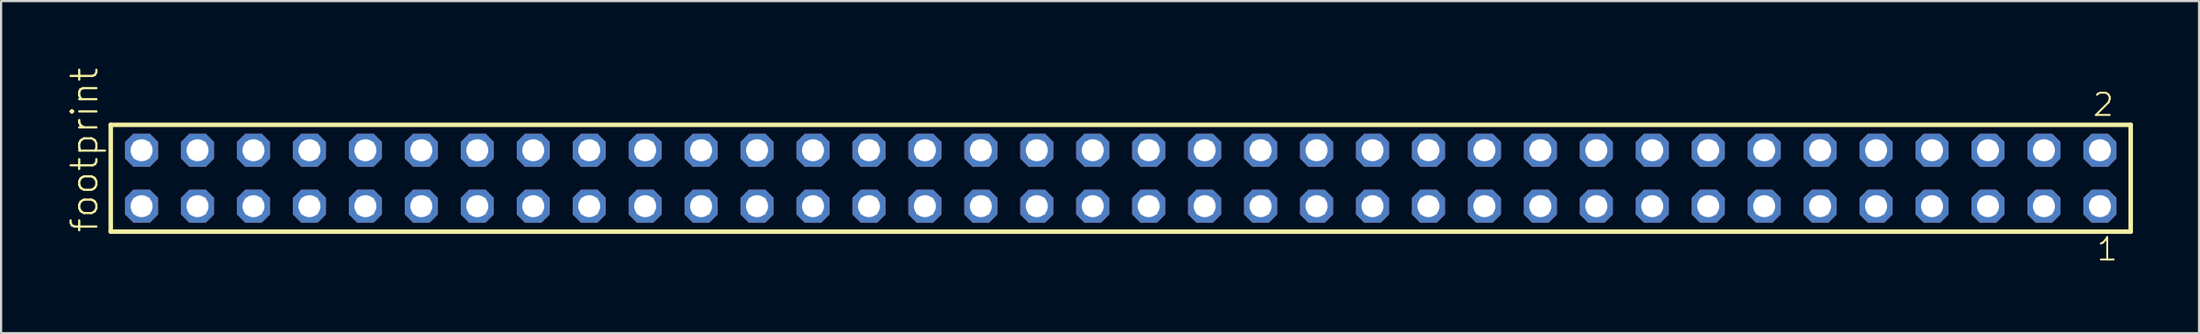
<source format=kicad_pcb>
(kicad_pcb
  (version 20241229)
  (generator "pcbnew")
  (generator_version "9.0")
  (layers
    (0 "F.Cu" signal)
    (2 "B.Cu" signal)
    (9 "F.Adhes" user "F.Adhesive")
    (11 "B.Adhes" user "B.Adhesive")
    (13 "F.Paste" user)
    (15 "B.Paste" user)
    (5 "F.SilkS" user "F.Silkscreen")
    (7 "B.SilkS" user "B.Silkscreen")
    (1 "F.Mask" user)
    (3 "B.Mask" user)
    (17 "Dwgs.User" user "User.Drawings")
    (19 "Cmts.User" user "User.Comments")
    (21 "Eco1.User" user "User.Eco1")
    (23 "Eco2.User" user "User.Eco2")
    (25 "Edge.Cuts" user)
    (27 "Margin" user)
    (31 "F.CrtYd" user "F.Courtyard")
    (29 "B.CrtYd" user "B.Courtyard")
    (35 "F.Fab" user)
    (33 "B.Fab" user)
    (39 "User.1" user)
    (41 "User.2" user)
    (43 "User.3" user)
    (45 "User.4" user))
  (footprint "footprint"
    (layer "F.Cu")
    (at 47.828 5.042)
    (property "Reference" "footprint" (at -46.355 2.54 90) (layer "F.SilkS") (effects (font (size 1.168 1.168) (thickness 0.102)) (justify left bottom)))
    (fp_line (start -45.849 -2.425) (end 45.849 -2.425) (stroke (width 0.203) (type solid)) (layer "F.SilkS"))
    (fp_line (start -45.849 2.425) (end -45.849 -2.425) (stroke (width 0.203) (type solid)) (layer "F.SilkS"))
    (fp_line (start 45.849 -2.425) (end 45.849 2.425) (stroke (width 0.203) (type solid)) (layer "F.SilkS"))
    (fp_line (start 45.849 2.425) (end -45.849 2.425) (stroke (width 0.203) (type solid)) (layer "F.SilkS"))
    (fp_poly (pts (xy -44.8 -0.92) (xy -44.1 -0.92) (xy -44.1 -1.62) (xy -44.8 -1.62)) (stroke (width 0.1) (type solid)) (fill no) (layer "F.Fab"))
    (fp_poly (pts (xy -44.8 1.62) (xy -44.1 1.62) (xy -44.1 0.92) (xy -44.8 0.92)) (stroke (width 0.1) (type solid)) (fill no) (layer "F.Fab"))
    (fp_poly (pts (xy -42.26 -0.92) (xy -41.56 -0.92) (xy -41.56 -1.62) (xy -42.26 -1.62)) (stroke (width 0.1) (type solid)) (fill no) (layer "F.Fab"))
    (fp_poly (pts (xy -42.26 1.62) (xy -41.56 1.62) (xy -41.56 0.92) (xy -42.26 0.92)) (stroke (width 0.1) (type solid)) (fill no) (layer "F.Fab"))
    (fp_poly (pts (xy -39.72 -0.92) (xy -39.02 -0.92) (xy -39.02 -1.62) (xy -39.72 -1.62)) (stroke (width 0.1) (type solid)) (fill no) (layer "F.Fab"))
    (fp_poly (pts (xy -39.72 1.62) (xy -39.02 1.62) (xy -39.02 0.92) (xy -39.72 0.92)) (stroke (width 0.1) (type solid)) (fill no) (layer "F.Fab"))
    (fp_poly (pts (xy -37.18 -0.92) (xy -36.48 -0.92) (xy -36.48 -1.62) (xy -37.18 -1.62)) (stroke (width 0.1) (type solid)) (fill no) (layer "F.Fab"))
    (fp_poly (pts (xy -37.18 1.62) (xy -36.48 1.62) (xy -36.48 0.92) (xy -37.18 0.92)) (stroke (width 0.1) (type solid)) (fill no) (layer "F.Fab"))
    (fp_poly (pts (xy -34.64 -0.92) (xy -33.94 -0.92) (xy -33.94 -1.62) (xy -34.64 -1.62)) (stroke (width 0.1) (type solid)) (fill no) (layer "F.Fab"))
    (fp_poly (pts (xy -34.64 1.62) (xy -33.94 1.62) (xy -33.94 0.92) (xy -34.64 0.92)) (stroke (width 0.1) (type solid)) (fill no) (layer "F.Fab"))
    (fp_poly (pts (xy -32.1 -0.92) (xy -31.4 -0.92) (xy -31.4 -1.62) (xy -32.1 -1.62)) (stroke (width 0.1) (type solid)) (fill no) (layer "F.Fab"))
    (fp_poly (pts (xy -32.1 1.62) (xy -31.4 1.62) (xy -31.4 0.92) (xy -32.1 0.92)) (stroke (width 0.1) (type solid)) (fill no) (layer "F.Fab"))
    (fp_poly (pts (xy -29.56 -0.92) (xy -28.86 -0.92) (xy -28.86 -1.62) (xy -29.56 -1.62)) (stroke (width 0.1) (type solid)) (fill no) (layer "F.Fab"))
    (fp_poly (pts (xy -29.56 1.62) (xy -28.86 1.62) (xy -28.86 0.92) (xy -29.56 0.92)) (stroke (width 0.1) (type solid)) (fill no) (layer "F.Fab"))
    (fp_poly (pts (xy -27.02 -0.92) (xy -26.32 -0.92) (xy -26.32 -1.62) (xy -27.02 -1.62)) (stroke (width 0.1) (type solid)) (fill no) (layer "F.Fab"))
    (fp_poly (pts (xy -27.02 1.62) (xy -26.32 1.62) (xy -26.32 0.92) (xy -27.02 0.92)) (stroke (width 0.1) (type solid)) (fill no) (layer "F.Fab"))
    (fp_poly (pts (xy -24.48 -0.92) (xy -23.78 -0.92) (xy -23.78 -1.62) (xy -24.48 -1.62)) (stroke (width 0.1) (type solid)) (fill no) (layer "F.Fab"))
    (fp_poly (pts (xy -24.48 1.62) (xy -23.78 1.62) (xy -23.78 0.92) (xy -24.48 0.92)) (stroke (width 0.1) (type solid)) (fill no) (layer "F.Fab"))
    (fp_poly (pts (xy -21.94 -0.92) (xy -21.24 -0.92) (xy -21.24 -1.62) (xy -21.94 -1.62)) (stroke (width 0.1) (type solid)) (fill no) (layer "F.Fab"))
    (fp_poly (pts (xy -21.94 1.62) (xy -21.24 1.62) (xy -21.24 0.92) (xy -21.94 0.92)) (stroke (width 0.1) (type solid)) (fill no) (layer "F.Fab"))
    (fp_poly (pts (xy -19.4 -0.92) (xy -18.7 -0.92) (xy -18.7 -1.62) (xy -19.4 -1.62)) (stroke (width 0.1) (type solid)) (fill no) (layer "F.Fab"))
    (fp_poly (pts (xy -19.4 1.62) (xy -18.7 1.62) (xy -18.7 0.92) (xy -19.4 0.92)) (stroke (width 0.1) (type solid)) (fill no) (layer "F.Fab"))
    (fp_poly (pts (xy -16.86 -0.92) (xy -16.16 -0.92) (xy -16.16 -1.62) (xy -16.86 -1.62)) (stroke (width 0.1) (type solid)) (fill no) (layer "F.Fab"))
    (fp_poly (pts (xy -16.86 1.62) (xy -16.16 1.62) (xy -16.16 0.92) (xy -16.86 0.92)) (stroke (width 0.1) (type solid)) (fill no) (layer "F.Fab"))
    (fp_poly (pts (xy -14.32 -0.92) (xy -13.62 -0.92) (xy -13.62 -1.62) (xy -14.32 -1.62)) (stroke (width 0.1) (type solid)) (fill no) (layer "F.Fab"))
    (fp_poly (pts (xy -14.32 1.62) (xy -13.62 1.62) (xy -13.62 0.92) (xy -14.32 0.92)) (stroke (width 0.1) (type solid)) (fill no) (layer "F.Fab"))
    (fp_poly (pts (xy -11.78 -0.92) (xy -11.08 -0.92) (xy -11.08 -1.62) (xy -11.78 -1.62)) (stroke (width 0.1) (type solid)) (fill no) (layer "F.Fab"))
    (fp_poly (pts (xy -11.78 1.62) (xy -11.08 1.62) (xy -11.08 0.92) (xy -11.78 0.92)) (stroke (width 0.1) (type solid)) (fill no) (layer "F.Fab"))
    (fp_poly (pts (xy -9.24 -0.92) (xy -8.54 -0.92) (xy -8.54 -1.62) (xy -9.24 -1.62)) (stroke (width 0.1) (type solid)) (fill no) (layer "F.Fab"))
    (fp_poly (pts (xy -9.24 1.62) (xy -8.54 1.62) (xy -8.54 0.92) (xy -9.24 0.92)) (stroke (width 0.1) (type solid)) (fill no) (layer "F.Fab"))
    (fp_poly (pts (xy -6.7 -0.92) (xy -6 -0.92) (xy -6 -1.62) (xy -6.7 -1.62)) (stroke (width 0.1) (type solid)) (fill no) (layer "F.Fab"))
    (fp_poly (pts (xy -6.7 1.62) (xy -6 1.62) (xy -6 0.92) (xy -6.7 0.92)) (stroke (width 0.1) (type solid)) (fill no) (layer "F.Fab"))
    (fp_poly (pts (xy -4.16 -0.92) (xy -3.46 -0.92) (xy -3.46 -1.62) (xy -4.16 -1.62)) (stroke (width 0.1) (type solid)) (fill no) (layer "F.Fab"))
    (fp_poly (pts (xy -4.16 1.62) (xy -3.46 1.62) (xy -3.46 0.92) (xy -4.16 0.92)) (stroke (width 0.1) (type solid)) (fill no) (layer "F.Fab"))
    (fp_poly (pts (xy -1.62 -0.92) (xy -0.92 -0.92) (xy -0.92 -1.62) (xy -1.62 -1.62)) (stroke (width 0.1) (type solid)) (fill no) (layer "F.Fab"))
    (fp_poly (pts (xy -1.62 1.62) (xy -0.92 1.62) (xy -0.92 0.92) (xy -1.62 0.92)) (stroke (width 0.1) (type solid)) (fill no) (layer "F.Fab"))
    (fp_poly (pts (xy 0.92 -0.92) (xy 1.62 -0.92) (xy 1.62 -1.62) (xy 0.92 -1.62)) (stroke (width 0.1) (type solid)) (fill no) (layer "F.Fab"))
    (fp_poly (pts (xy 0.92 1.62) (xy 1.62 1.62) (xy 1.62 0.92) (xy 0.92 0.92)) (stroke (width 0.1) (type solid)) (fill no) (layer "F.Fab"))
    (fp_poly (pts (xy 3.46 -0.92) (xy 4.16 -0.92) (xy 4.16 -1.62) (xy 3.46 -1.62)) (stroke (width 0.1) (type solid)) (fill no) (layer "F.Fab"))
    (fp_poly (pts (xy 3.46 1.62) (xy 4.16 1.62) (xy 4.16 0.92) (xy 3.46 0.92)) (stroke (width 0.1) (type solid)) (fill no) (layer "F.Fab"))
    (fp_poly (pts (xy 6 -0.92) (xy 6.7 -0.92) (xy 6.7 -1.62) (xy 6 -1.62)) (stroke (width 0.1) (type solid)) (fill no) (layer "F.Fab"))
    (fp_poly (pts (xy 6 1.62) (xy 6.7 1.62) (xy 6.7 0.92) (xy 6 0.92)) (stroke (width 0.1) (type solid)) (fill no) (layer "F.Fab"))
    (fp_poly (pts (xy 8.54 -0.92) (xy 9.24 -0.92) (xy 9.24 -1.62) (xy 8.54 -1.62)) (stroke (width 0.1) (type solid)) (fill no) (layer "F.Fab"))
    (fp_poly (pts (xy 8.54 1.62) (xy 9.24 1.62) (xy 9.24 0.92) (xy 8.54 0.92)) (stroke (width 0.1) (type solid)) (fill no) (layer "F.Fab"))
    (fp_poly (pts (xy 11.08 -0.92) (xy 11.78 -0.92) (xy 11.78 -1.62) (xy 11.08 -1.62)) (stroke (width 0.1) (type solid)) (fill no) (layer "F.Fab"))
    (fp_poly (pts (xy 11.08 1.62) (xy 11.78 1.62) (xy 11.78 0.92) (xy 11.08 0.92)) (stroke (width 0.1) (type solid)) (fill no) (layer "F.Fab"))
    (fp_poly (pts (xy 13.62 -0.92) (xy 14.32 -0.92) (xy 14.32 -1.62) (xy 13.62 -1.62)) (stroke (width 0.1) (type solid)) (fill no) (layer "F.Fab"))
    (fp_poly (pts (xy 13.62 1.62) (xy 14.32 1.62) (xy 14.32 0.92) (xy 13.62 0.92)) (stroke (width 0.1) (type solid)) (fill no) (layer "F.Fab"))
    (fp_poly (pts (xy 16.16 -0.92) (xy 16.86 -0.92) (xy 16.86 -1.62) (xy 16.16 -1.62)) (stroke (width 0.1) (type solid)) (fill no) (layer "F.Fab"))
    (fp_poly (pts (xy 16.16 1.62) (xy 16.86 1.62) (xy 16.86 0.92) (xy 16.16 0.92)) (stroke (width 0.1) (type solid)) (fill no) (layer "F.Fab"))
    (fp_poly (pts (xy 18.7 -0.92) (xy 19.4 -0.92) (xy 19.4 -1.62) (xy 18.7 -1.62)) (stroke (width 0.1) (type solid)) (fill no) (layer "F.Fab"))
    (fp_poly (pts (xy 18.7 1.62) (xy 19.4 1.62) (xy 19.4 0.92) (xy 18.7 0.92)) (stroke (width 0.1) (type solid)) (fill no) (layer "F.Fab"))
    (fp_poly (pts (xy 21.24 -0.92) (xy 21.94 -0.92) (xy 21.94 -1.62) (xy 21.24 -1.62)) (stroke (width 0.1) (type solid)) (fill no) (layer "F.Fab"))
    (fp_poly (pts (xy 21.24 1.62) (xy 21.94 1.62) (xy 21.94 0.92) (xy 21.24 0.92)) (stroke (width 0.1) (type solid)) (fill no) (layer "F.Fab"))
    (fp_poly (pts (xy 23.78 -0.92) (xy 24.48 -0.92) (xy 24.48 -1.62) (xy 23.78 -1.62)) (stroke (width 0.1) (type solid)) (fill no) (layer "F.Fab"))
    (fp_poly (pts (xy 23.78 1.62) (xy 24.48 1.62) (xy 24.48 0.92) (xy 23.78 0.92)) (stroke (width 0.1) (type solid)) (fill no) (layer "F.Fab"))
    (fp_poly (pts (xy 26.32 -0.92) (xy 27.02 -0.92) (xy 27.02 -1.62) (xy 26.32 -1.62)) (stroke (width 0.1) (type solid)) (fill no) (layer "F.Fab"))
    (fp_poly (pts (xy 26.32 1.62) (xy 27.02 1.62) (xy 27.02 0.92) (xy 26.32 0.92)) (stroke (width 0.1) (type solid)) (fill no) (layer "F.Fab"))
    (fp_poly (pts (xy 28.86 -0.92) (xy 29.56 -0.92) (xy 29.56 -1.62) (xy 28.86 -1.62)) (stroke (width 0.1) (type solid)) (fill no) (layer "F.Fab"))
    (fp_poly (pts (xy 28.86 1.62) (xy 29.56 1.62) (xy 29.56 0.92) (xy 28.86 0.92)) (stroke (width 0.1) (type solid)) (fill no) (layer "F.Fab"))
    (fp_poly (pts (xy 31.4 -0.92) (xy 32.1 -0.92) (xy 32.1 -1.62) (xy 31.4 -1.62)) (stroke (width 0.1) (type solid)) (fill no) (layer "F.Fab"))
    (fp_poly (pts (xy 31.4 1.62) (xy 32.1 1.62) (xy 32.1 0.92) (xy 31.4 0.92)) (stroke (width 0.1) (type solid)) (fill no) (layer "F.Fab"))
    (fp_poly (pts (xy 33.94 -0.92) (xy 34.64 -0.92) (xy 34.64 -1.62) (xy 33.94 -1.62)) (stroke (width 0.1) (type solid)) (fill no) (layer "F.Fab"))
    (fp_poly (pts (xy 33.94 1.62) (xy 34.64 1.62) (xy 34.64 0.92) (xy 33.94 0.92)) (stroke (width 0.1) (type solid)) (fill no) (layer "F.Fab"))
    (fp_poly (pts (xy 36.48 -0.92) (xy 37.18 -0.92) (xy 37.18 -1.62) (xy 36.48 -1.62)) (stroke (width 0.1) (type solid)) (fill no) (layer "F.Fab"))
    (fp_poly (pts (xy 36.48 1.62) (xy 37.18 1.62) (xy 37.18 0.92) (xy 36.48 0.92)) (stroke (width 0.1) (type solid)) (fill no) (layer "F.Fab"))
    (fp_poly (pts (xy 39.02 -0.92) (xy 39.72 -0.92) (xy 39.72 -1.62) (xy 39.02 -1.62)) (stroke (width 0.1) (type solid)) (fill no) (layer "F.Fab"))
    (fp_poly (pts (xy 39.02 1.62) (xy 39.72 1.62) (xy 39.72 0.92) (xy 39.02 0.92)) (stroke (width 0.1) (type solid)) (fill no) (layer "F.Fab"))
    (fp_poly (pts (xy 41.56 -0.92) (xy 42.26 -0.92) (xy 42.26 -1.62) (xy 41.56 -1.62)) (stroke (width 0.1) (type solid)) (fill no) (layer "F.Fab"))
    (fp_poly (pts (xy 41.56 1.62) (xy 42.26 1.62) (xy 42.26 0.92) (xy 41.56 0.92)) (stroke (width 0.1) (type solid)) (fill no) (layer "F.Fab"))
    (fp_poly (pts (xy 44.1 -0.92) (xy 44.8 -0.92) (xy 44.8 -1.62) (xy 44.1 -1.62)) (stroke (width 0.1) (type solid)) (fill no) (layer "F.Fab"))
    (fp_poly (pts (xy 44.1 1.62) (xy 44.8 1.62) (xy 44.8 0.92) (xy 44.1 0.92)) (stroke (width 0.1) (type solid)) (fill no) (layer "F.Fab"))
    (fp_text user "1" (at 44.242 3.818 0) (layer "F.SilkS") (effects (font (size 1.012 1.012) (thickness 0.088)) (justify left bottom)))
    (fp_text user "2" (at 44.067 -2.744 0) (layer "F.SilkS") (effects (font (size 1.012 1.012) (thickness 0.088)) (justify left bottom)))
    (pad "1" thru_hole roundrect (at 44.45 1.27 180) (size 1.5 1.5) (drill 1) (layers "*.Cu" "*.Mask") (roundrect_rratio 0.25) (chamfer_ratio 0.25) (chamfer top_left top_right bottom_left bottom_right))
    (pad "2" thru_hole roundrect (at 44.45 -1.27 180) (size 1.5 1.5) (drill 1) (layers "*.Cu" "*.Mask") (roundrect_rratio 0.25) (chamfer_ratio 0.25) (chamfer top_left top_right bottom_left bottom_right))
    (pad "3" thru_hole roundrect (at 41.91 1.27 180) (size 1.5 1.5) (drill 1) (layers "*.Cu" "*.Mask") (roundrect_rratio 0.25) (chamfer_ratio 0.25) (chamfer top_left top_right bottom_left bottom_right))
    (pad "4" thru_hole roundrect (at 41.91 -1.27 180) (size 1.5 1.5) (drill 1) (layers "*.Cu" "*.Mask") (roundrect_rratio 0.25) (chamfer_ratio 0.25) (chamfer top_left top_right bottom_left bottom_right))
    (pad "5" thru_hole roundrect (at 39.37 1.27 180) (size 1.5 1.5) (drill 1) (layers "*.Cu" "*.Mask") (roundrect_rratio 0.25) (chamfer_ratio 0.25) (chamfer top_left top_right bottom_left bottom_right))
    (pad "6" thru_hole roundrect (at 39.37 -1.27 180) (size 1.5 1.5) (drill 1) (layers "*.Cu" "*.Mask") (roundrect_rratio 0.25) (chamfer_ratio 0.25) (chamfer top_left top_right bottom_left bottom_right))
    (pad "7" thru_hole roundrect (at 36.83 1.27 180) (size 1.5 1.5) (drill 1) (layers "*.Cu" "*.Mask") (roundrect_rratio 0.25) (chamfer_ratio 0.25) (chamfer top_left top_right bottom_left bottom_right))
    (pad "8" thru_hole roundrect (at 36.83 -1.27 180) (size 1.5 1.5) (drill 1) (layers "*.Cu" "*.Mask") (roundrect_rratio 0.25) (chamfer_ratio 0.25) (chamfer top_left top_right bottom_left bottom_right))
    (pad "9" thru_hole roundrect (at 34.29 1.27 180) (size 1.5 1.5) (drill 1) (layers "*.Cu" "*.Mask") (roundrect_rratio 0.25) (chamfer_ratio 0.25) (chamfer top_left top_right bottom_left bottom_right))
    (pad "10" thru_hole roundrect (at 34.29 -1.27 180) (size 1.5 1.5) (drill 1) (layers "*.Cu" "*.Mask") (roundrect_rratio 0.25) (chamfer_ratio 0.25) (chamfer top_left top_right bottom_left bottom_right))
    (pad "11" thru_hole roundrect (at 31.75 1.27 180) (size 1.5 1.5) (drill 1) (layers "*.Cu" "*.Mask") (roundrect_rratio 0.25) (chamfer_ratio 0.25) (chamfer top_left top_right bottom_left bottom_right))
    (pad "12" thru_hole roundrect (at 31.75 -1.27 180) (size 1.5 1.5) (drill 1) (layers "*.Cu" "*.Mask") (roundrect_rratio 0.25) (chamfer_ratio 0.25) (chamfer top_left top_right bottom_left bottom_right))
    (pad "13" thru_hole roundrect (at 29.21 1.27 180) (size 1.5 1.5) (drill 1) (layers "*.Cu" "*.Mask") (roundrect_rratio 0.25) (chamfer_ratio 0.25) (chamfer top_left top_right bottom_left bottom_right))
    (pad "14" thru_hole roundrect (at 29.21 -1.27 180) (size 1.5 1.5) (drill 1) (layers "*.Cu" "*.Mask") (roundrect_rratio 0.25) (chamfer_ratio 0.25) (chamfer top_left top_right bottom_left bottom_right))
    (pad "15" thru_hole roundrect (at 26.67 1.27 180) (size 1.5 1.5) (drill 1) (layers "*.Cu" "*.Mask") (roundrect_rratio 0.25) (chamfer_ratio 0.25) (chamfer top_left top_right bottom_left bottom_right))
    (pad "16" thru_hole roundrect (at 26.67 -1.27 180) (size 1.5 1.5) (drill 1) (layers "*.Cu" "*.Mask") (roundrect_rratio 0.25) (chamfer_ratio 0.25) (chamfer top_left top_right bottom_left bottom_right))
    (pad "17" thru_hole roundrect (at 24.13 1.27 180) (size 1.5 1.5) (drill 1) (layers "*.Cu" "*.Mask") (roundrect_rratio 0.25) (chamfer_ratio 0.25) (chamfer top_left top_right bottom_left bottom_right))
    (pad "18" thru_hole roundrect (at 24.13 -1.27 180) (size 1.5 1.5) (drill 1) (layers "*.Cu" "*.Mask") (roundrect_rratio 0.25) (chamfer_ratio 0.25) (chamfer top_left top_right bottom_left bottom_right))
    (pad "19" thru_hole roundrect (at 21.59 1.27 180) (size 1.5 1.5) (drill 1) (layers "*.Cu" "*.Mask") (roundrect_rratio 0.25) (chamfer_ratio 0.25) (chamfer top_left top_right bottom_left bottom_right))
    (pad "20" thru_hole roundrect (at 21.59 -1.27 180) (size 1.5 1.5) (drill 1) (layers "*.Cu" "*.Mask") (roundrect_rratio 0.25) (chamfer_ratio 0.25) (chamfer top_left top_right bottom_left bottom_right))
    (pad "21" thru_hole roundrect (at 19.05 1.27 180) (size 1.5 1.5) (drill 1) (layers "*.Cu" "*.Mask") (roundrect_rratio 0.25) (chamfer_ratio 0.25) (chamfer top_left top_right bottom_left bottom_right))
    (pad "22" thru_hole roundrect (at 19.05 -1.27 180) (size 1.5 1.5) (drill 1) (layers "*.Cu" "*.Mask") (roundrect_rratio 0.25) (chamfer_ratio 0.25) (chamfer top_left top_right bottom_left bottom_right))
    (pad "23" thru_hole roundrect (at 16.51 1.27 180) (size 1.5 1.5) (drill 1) (layers "*.Cu" "*.Mask") (roundrect_rratio 0.25) (chamfer_ratio 0.25) (chamfer top_left top_right bottom_left bottom_right))
    (pad "24" thru_hole roundrect (at 16.51 -1.27 180) (size 1.5 1.5) (drill 1) (layers "*.Cu" "*.Mask") (roundrect_rratio 0.25) (chamfer_ratio 0.25) (chamfer top_left top_right bottom_left bottom_right))
    (pad "25" thru_hole roundrect (at 13.97 1.27 180) (size 1.5 1.5) (drill 1) (layers "*.Cu" "*.Mask") (roundrect_rratio 0.25) (chamfer_ratio 0.25) (chamfer top_left top_right bottom_left bottom_right))
    (pad "26" thru_hole roundrect (at 13.97 -1.27 180) (size 1.5 1.5) (drill 1) (layers "*.Cu" "*.Mask") (roundrect_rratio 0.25) (chamfer_ratio 0.25) (chamfer top_left top_right bottom_left bottom_right))
    (pad "27" thru_hole roundrect (at 11.43 1.27 180) (size 1.5 1.5) (drill 1) (layers "*.Cu" "*.Mask") (roundrect_rratio 0.25) (chamfer_ratio 0.25) (chamfer top_left top_right bottom_left bottom_right))
    (pad "28" thru_hole roundrect (at 11.43 -1.27 180) (size 1.5 1.5) (drill 1) (layers "*.Cu" "*.Mask") (roundrect_rratio 0.25) (chamfer_ratio 0.25) (chamfer top_left top_right bottom_left bottom_right))
    (pad "29" thru_hole roundrect (at 8.89 1.27 180) (size 1.5 1.5) (drill 1) (layers "*.Cu" "*.Mask") (roundrect_rratio 0.25) (chamfer_ratio 0.25) (chamfer top_left top_right bottom_left bottom_right))
    (pad "30" thru_hole roundrect (at 8.89 -1.27 180) (size 1.5 1.5) (drill 1) (layers "*.Cu" "*.Mask") (roundrect_rratio 0.25) (chamfer_ratio 0.25) (chamfer top_left top_right bottom_left bottom_right))
    (pad "31" thru_hole roundrect (at 6.35 1.27 180) (size 1.5 1.5) (drill 1) (layers "*.Cu" "*.Mask") (roundrect_rratio 0.25) (chamfer_ratio 0.25) (chamfer top_left top_right bottom_left bottom_right))
    (pad "32" thru_hole roundrect (at 6.35 -1.27 180) (size 1.5 1.5) (drill 1) (layers "*.Cu" "*.Mask") (roundrect_rratio 0.25) (chamfer_ratio 0.25) (chamfer top_left top_right bottom_left bottom_right))
    (pad "33" thru_hole roundrect (at 3.81 1.27 180) (size 1.5 1.5) (drill 1) (layers "*.Cu" "*.Mask") (roundrect_rratio 0.25) (chamfer_ratio 0.25) (chamfer top_left top_right bottom_left bottom_right))
    (pad "34" thru_hole roundrect (at 3.81 -1.27 180) (size 1.5 1.5) (drill 1) (layers "*.Cu" "*.Mask") (roundrect_rratio 0.25) (chamfer_ratio 0.25) (chamfer top_left top_right bottom_left bottom_right))
    (pad "35" thru_hole roundrect (at 1.27 1.27 180) (size 1.5 1.5) (drill 1) (layers "*.Cu" "*.Mask") (roundrect_rratio 0.25) (chamfer_ratio 0.25) (chamfer top_left top_right bottom_left bottom_right))
    (pad "36" thru_hole roundrect (at 1.27 -1.27 180) (size 1.5 1.5) (drill 1) (layers "*.Cu" "*.Mask") (roundrect_rratio 0.25) (chamfer_ratio 0.25) (chamfer top_left top_right bottom_left bottom_right))
    (pad "37" thru_hole roundrect (at -1.27 1.27 180) (size 1.5 1.5) (drill 1) (layers "*.Cu" "*.Mask") (roundrect_rratio 0.25) (chamfer_ratio 0.25) (chamfer top_left top_right bottom_left bottom_right))
    (pad "38" thru_hole roundrect (at -1.27 -1.27 180) (size 1.5 1.5) (drill 1) (layers "*.Cu" "*.Mask") (roundrect_rratio 0.25) (chamfer_ratio 0.25) (chamfer top_left top_right bottom_left bottom_right))
    (pad "39" thru_hole roundrect (at -3.81 1.27 180) (size 1.5 1.5) (drill 1) (layers "*.Cu" "*.Mask") (roundrect_rratio 0.25) (chamfer_ratio 0.25) (chamfer top_left top_right bottom_left bottom_right))
    (pad "40" thru_hole roundrect (at -3.81 -1.27 180) (size 1.5 1.5) (drill 1) (layers "*.Cu" "*.Mask") (roundrect_rratio 0.25) (chamfer_ratio 0.25) (chamfer top_left top_right bottom_left bottom_right))
    (pad "41" thru_hole roundrect (at -6.35 1.27 180) (size 1.5 1.5) (drill 1) (layers "*.Cu" "*.Mask") (roundrect_rratio 0.25) (chamfer_ratio 0.25) (chamfer top_left top_right bottom_left bottom_right))
    (pad "42" thru_hole roundrect (at -6.35 -1.27 180) (size 1.5 1.5) (drill 1) (layers "*.Cu" "*.Mask") (roundrect_rratio 0.25) (chamfer_ratio 0.25) (chamfer top_left top_right bottom_left bottom_right))
    (pad "43" thru_hole roundrect (at -8.89 1.27 180) (size 1.5 1.5) (drill 1) (layers "*.Cu" "*.Mask") (roundrect_rratio 0.25) (chamfer_ratio 0.25) (chamfer top_left top_right bottom_left bottom_right))
    (pad "44" thru_hole roundrect (at -8.89 -1.27 180) (size 1.5 1.5) (drill 1) (layers "*.Cu" "*.Mask") (roundrect_rratio 0.25) (chamfer_ratio 0.25) (chamfer top_left top_right bottom_left bottom_right))
    (pad "45" thru_hole roundrect (at -11.43 1.27 180) (size 1.5 1.5) (drill 1) (layers "*.Cu" "*.Mask") (roundrect_rratio 0.25) (chamfer_ratio 0.25) (chamfer top_left top_right bottom_left bottom_right))
    (pad "46" thru_hole roundrect (at -11.43 -1.27 180) (size 1.5 1.5) (drill 1) (layers "*.Cu" "*.Mask") (roundrect_rratio 0.25) (chamfer_ratio 0.25) (chamfer top_left top_right bottom_left bottom_right))
    (pad "47" thru_hole roundrect (at -13.97 1.27 180) (size 1.5 1.5) (drill 1) (layers "*.Cu" "*.Mask") (roundrect_rratio 0.25) (chamfer_ratio 0.25) (chamfer top_left top_right bottom_left bottom_right))
    (pad "48" thru_hole roundrect (at -13.97 -1.27 180) (size 1.5 1.5) (drill 1) (layers "*.Cu" "*.Mask") (roundrect_rratio 0.25) (chamfer_ratio 0.25) (chamfer top_left top_right bottom_left bottom_right))
    (pad "49" thru_hole roundrect (at -16.51 1.27 180) (size 1.5 1.5) (drill 1) (layers "*.Cu" "*.Mask") (roundrect_rratio 0.25) (chamfer_ratio 0.25) (chamfer top_left top_right bottom_left bottom_right))
    (pad "50" thru_hole roundrect (at -16.51 -1.27 180) (size 1.5 1.5) (drill 1) (layers "*.Cu" "*.Mask") (roundrect_rratio 0.25) (chamfer_ratio 0.25) (chamfer top_left top_right bottom_left bottom_right))
    (pad "51" thru_hole roundrect (at -19.05 1.27 180) (size 1.5 1.5) (drill 1) (layers "*.Cu" "*.Mask") (roundrect_rratio 0.25) (chamfer_ratio 0.25) (chamfer top_left top_right bottom_left bottom_right))
    (pad "52" thru_hole roundrect (at -19.05 -1.27 180) (size 1.5 1.5) (drill 1) (layers "*.Cu" "*.Mask") (roundrect_rratio 0.25) (chamfer_ratio 0.25) (chamfer top_left top_right bottom_left bottom_right))
    (pad "53" thru_hole roundrect (at -21.59 1.27 180) (size 1.5 1.5) (drill 1) (layers "*.Cu" "*.Mask") (roundrect_rratio 0.25) (chamfer_ratio 0.25) (chamfer top_left top_right bottom_left bottom_right))
    (pad "54" thru_hole roundrect (at -21.59 -1.27 180) (size 1.5 1.5) (drill 1) (layers "*.Cu" "*.Mask") (roundrect_rratio 0.25) (chamfer_ratio 0.25) (chamfer top_left top_right bottom_left bottom_right))
    (pad "55" thru_hole roundrect (at -24.13 1.27 180) (size 1.5 1.5) (drill 1) (layers "*.Cu" "*.Mask") (roundrect_rratio 0.25) (chamfer_ratio 0.25) (chamfer top_left top_right bottom_left bottom_right))
    (pad "56" thru_hole roundrect (at -24.13 -1.27 180) (size 1.5 1.5) (drill 1) (layers "*.Cu" "*.Mask") (roundrect_rratio 0.25) (chamfer_ratio 0.25) (chamfer top_left top_right bottom_left bottom_right))
    (pad "57" thru_hole roundrect (at -26.67 1.27 180) (size 1.5 1.5) (drill 1) (layers "*.Cu" "*.Mask") (roundrect_rratio 0.25) (chamfer_ratio 0.25) (chamfer top_left top_right bottom_left bottom_right))
    (pad "58" thru_hole roundrect (at -26.67 -1.27 180) (size 1.5 1.5) (drill 1) (layers "*.Cu" "*.Mask") (roundrect_rratio 0.25) (chamfer_ratio 0.25) (chamfer top_left top_right bottom_left bottom_right))
    (pad "59" thru_hole roundrect (at -29.21 1.27 180) (size 1.5 1.5) (drill 1) (layers "*.Cu" "*.Mask") (roundrect_rratio 0.25) (chamfer_ratio 0.25) (chamfer top_left top_right bottom_left bottom_right))
    (pad "60" thru_hole roundrect (at -29.21 -1.27 180) (size 1.5 1.5) (drill 1) (layers "*.Cu" "*.Mask") (roundrect_rratio 0.25) (chamfer_ratio 0.25) (chamfer top_left top_right bottom_left bottom_right))
    (pad "61" thru_hole roundrect (at -31.75 1.27 180) (size 1.5 1.5) (drill 1) (layers "*.Cu" "*.Mask") (roundrect_rratio 0.25) (chamfer_ratio 0.25) (chamfer top_left top_right bottom_left bottom_right))
    (pad "62" thru_hole roundrect (at -31.75 -1.27 180) (size 1.5 1.5) (drill 1) (layers "*.Cu" "*.Mask") (roundrect_rratio 0.25) (chamfer_ratio 0.25) (chamfer top_left top_right bottom_left bottom_right))
    (pad "63" thru_hole roundrect (at -34.29 1.27 180) (size 1.5 1.5) (drill 1) (layers "*.Cu" "*.Mask") (roundrect_rratio 0.25) (chamfer_ratio 0.25) (chamfer top_left top_right bottom_left bottom_right))
    (pad "64" thru_hole roundrect (at -34.29 -1.27 180) (size 1.5 1.5) (drill 1) (layers "*.Cu" "*.Mask") (roundrect_rratio 0.25) (chamfer_ratio 0.25) (chamfer top_left top_right bottom_left bottom_right))
    (pad "65" thru_hole roundrect (at -36.83 1.27 180) (size 1.5 1.5) (drill 1) (layers "*.Cu" "*.Mask") (roundrect_rratio 0.25) (chamfer_ratio 0.25) (chamfer top_left top_right bottom_left bottom_right))
    (pad "66" thru_hole roundrect (at -36.83 -1.27 180) (size 1.5 1.5) (drill 1) (layers "*.Cu" "*.Mask") (roundrect_rratio 0.25) (chamfer_ratio 0.25) (chamfer top_left top_right bottom_left bottom_right))
    (pad "67" thru_hole roundrect (at -39.37 1.27 180) (size 1.5 1.5) (drill 1) (layers "*.Cu" "*.Mask") (roundrect_rratio 0.25) (chamfer_ratio 0.25) (chamfer top_left top_right bottom_left bottom_right))
    (pad "68" thru_hole roundrect (at -39.37 -1.27 180) (size 1.5 1.5) (drill 1) (layers "*.Cu" "*.Mask") (roundrect_rratio 0.25) (chamfer_ratio 0.25) (chamfer top_left top_right bottom_left bottom_right))
    (pad "69" thru_hole roundrect (at -41.91 1.27 180) (size 1.5 1.5) (drill 1) (layers "*.Cu" "*.Mask") (roundrect_rratio 0.25) (chamfer_ratio 0.25) (chamfer top_left top_right bottom_left bottom_right))
    (pad "70" thru_hole roundrect (at -41.91 -1.27 180) (size 1.5 1.5) (drill 1) (layers "*.Cu" "*.Mask") (roundrect_rratio 0.25) (chamfer_ratio 0.25) (chamfer top_left top_right bottom_left bottom_right))
    (pad "71" thru_hole roundrect (at -44.45 1.27 180) (size 1.5 1.5) (drill 1) (layers "*.Cu" "*.Mask") (roundrect_rratio 0.25) (chamfer_ratio 0.25) (chamfer top_left top_right bottom_left bottom_right))
    (pad "72" thru_hole roundrect (at -44.45 -1.27 180) (size 1.5 1.5) (drill 1) (layers "*.Cu" "*.Mask") (roundrect_rratio 0.25) (chamfer_ratio 0.25) (chamfer top_left top_right bottom_left bottom_right)))
  (gr_rect
    (start -3 -3)
    (end 96.779 12.077)
    (stroke (width 0.1) (type default))
    (fill no)
    (layer "Edge.Cuts")))
</source>
